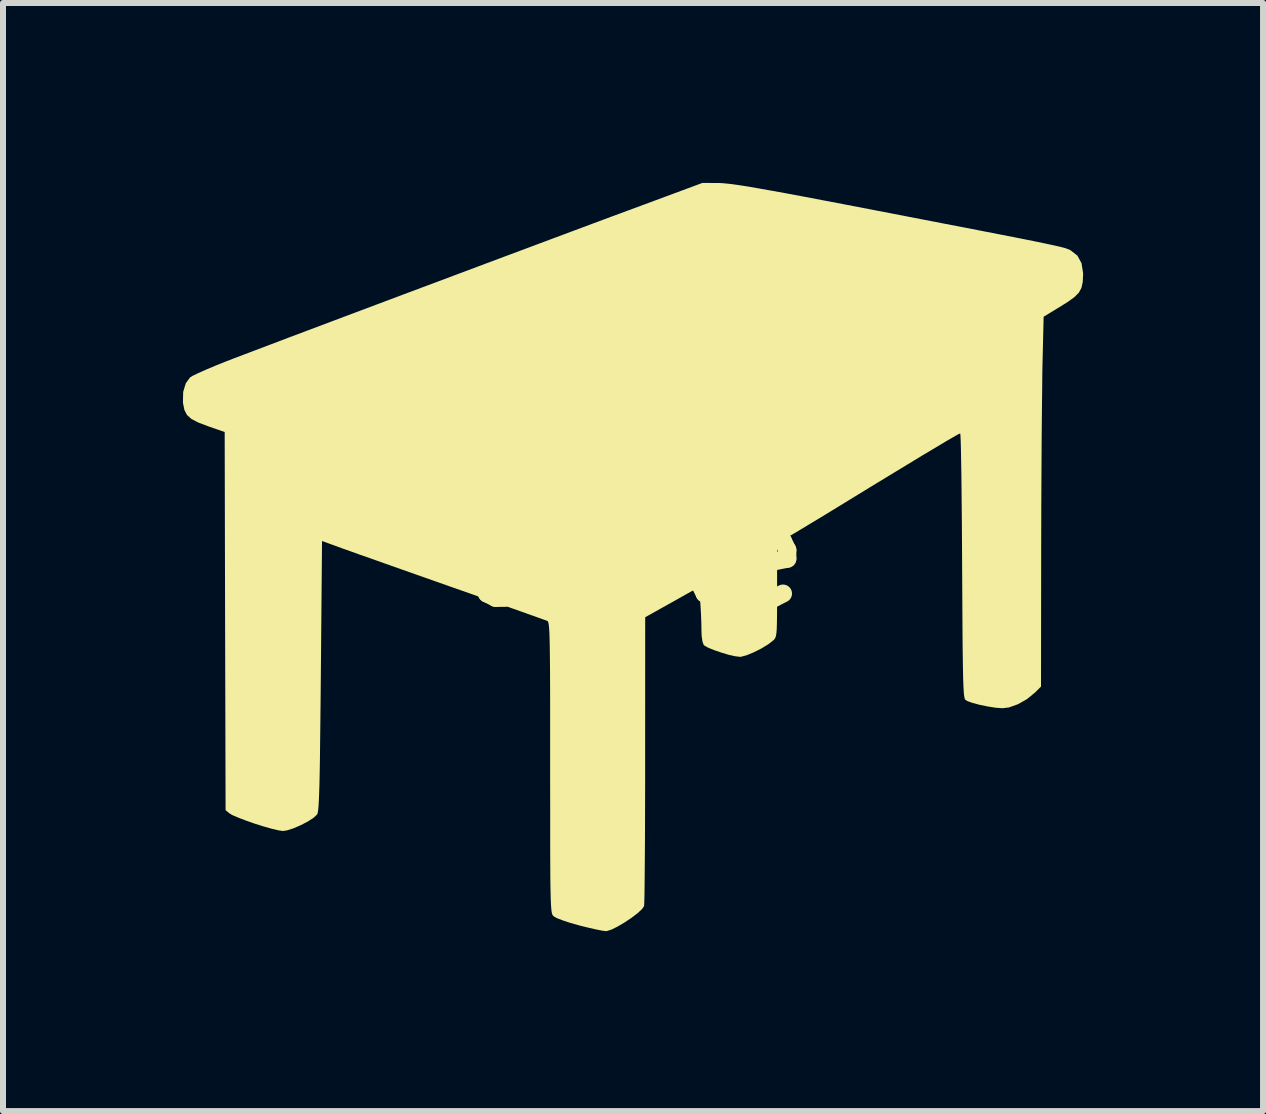
<source format=kicad_pcb>
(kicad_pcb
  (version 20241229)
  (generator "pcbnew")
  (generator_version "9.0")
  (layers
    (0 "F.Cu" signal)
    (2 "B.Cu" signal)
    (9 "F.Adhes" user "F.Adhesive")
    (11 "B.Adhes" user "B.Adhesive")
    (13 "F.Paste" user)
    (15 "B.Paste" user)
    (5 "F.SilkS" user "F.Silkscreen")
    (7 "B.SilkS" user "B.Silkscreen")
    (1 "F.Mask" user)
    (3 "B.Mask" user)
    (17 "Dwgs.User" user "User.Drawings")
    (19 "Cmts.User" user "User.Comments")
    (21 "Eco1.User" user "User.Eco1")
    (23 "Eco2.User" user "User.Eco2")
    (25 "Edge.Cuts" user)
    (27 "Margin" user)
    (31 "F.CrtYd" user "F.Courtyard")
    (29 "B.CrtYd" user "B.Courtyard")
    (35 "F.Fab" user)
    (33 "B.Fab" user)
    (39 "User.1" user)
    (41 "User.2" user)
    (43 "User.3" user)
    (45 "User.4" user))
  (footprint "table"
    (layer "F.Cu")
    (at 7.501 6.229)
    (property "Reference" "table" (at 0 0 0) (layer "F.SilkS") (effects (font (size 1.524 1.524) (thickness 0.3))))
    (attr board_only exclude_from_pos_files exclude_from_bom)
    (fp_poly (pts (xy 1.423 -6.228) (xy 1.484 -6.226) (xy 1.559 -6.219) (xy 1.653 -6.209) (xy 1.77 -6.192) (xy 1.913 -6.17) (xy 2.087 -6.14) (xy 2.295 -6.103) (xy 2.543 -6.058) (xy 2.833 -6.004) (xy 3.169 -5.94) (xy 3.557 -5.866) (xy 3.842 -5.811) (xy 4.351 -5.713) (xy 4.805 -5.625) (xy 5.208 -5.547) (xy 5.563 -5.479) (xy 5.874 -5.418) (xy 6.142 -5.366) (xy 6.373 -5.321) (xy 6.568 -5.282) (xy 6.731 -5.249) (xy 6.866 -5.221) (xy 6.975 -5.198) (xy 7.061 -5.179) (xy 7.129 -5.163) (xy 7.18 -5.15) (xy 7.219 -5.139) (xy 7.248 -5.128) (xy 7.271 -5.119) (xy 7.291 -5.11) (xy 7.299 -5.105) (xy 7.412 -5.017) (xy 7.481 -4.89) (xy 7.507 -4.725) (xy 7.507 -4.703) (xy 7.501 -4.578) (xy 7.48 -4.481) (xy 7.437 -4.401) (xy 7.364 -4.327) (xy 7.252 -4.246) (xy 7.142 -4.177) (xy 6.849 -3.998) (xy 6.83 -3.209) (xy 6.827 -3.049) (xy 6.825 -2.837) (xy 6.822 -2.58) (xy 6.819 -2.284) (xy 6.816 -1.956) (xy 6.814 -1.604) (xy 6.812 -1.233) (xy 6.81 -0.851) (xy 6.809 -0.463) (xy 6.808 -0.126) (xy 6.805 2.168) (xy 6.708 2.265) (xy 6.573 2.376) (xy 6.421 2.462) (xy 6.271 2.516) (xy 6.161 2.529) (xy 6.046 2.52) (xy 5.914 2.499) (xy 5.782 2.472) (xy 5.665 2.441) (xy 5.578 2.41) (xy 5.543 2.388) (xy 5.535 2.374) (xy 5.528 2.346) (xy 5.521 2.302) (xy 5.516 2.236) (xy 5.511 2.146) (xy 5.507 2.026) (xy 5.504 1.875) (xy 5.501 1.687) (xy 5.498 1.459) (xy 5.496 1.187) (xy 5.494 0.867) (xy 5.492 0.496) (xy 5.49 0.146) (xy 5.488 -0.208) (xy 5.486 -0.544) (xy 5.483 -0.857) (xy 5.48 -1.144) (xy 5.477 -1.4) (xy 5.473 -1.62) (xy 5.47 -1.8) (xy 5.466 -1.935) (xy 5.462 -2.021) (xy 5.458 -2.053) (xy 5.458 -2.053) (xy 5.425 -2.038) (xy 5.345 -1.993) (xy 5.218 -1.919) (xy 5.048 -1.817) (xy 4.834 -1.69) (xy 4.581 -1.536) (xy 4.289 -1.359) (xy 3.96 -1.159) (xy 3.596 -0.936) (xy 3.52 -0.889) (xy 3.323 -0.769) (xy 3.133 -0.653) (xy 2.957 -0.547) (xy 2.805 -0.455) (xy 2.684 -0.383) (xy 2.605 -0.337) (xy 2.603 -0.336) (xy 2.405 -0.222) (xy 2.405 0.558) (xy 2.405 0.792) (xy 2.404 0.975) (xy 2.402 1.113) (xy 2.399 1.214) (xy 2.393 1.284) (xy 2.384 1.331) (xy 2.372 1.362) (xy 2.356 1.384) (xy 2.339 1.4) (xy 2.253 1.466) (xy 2.139 1.535) (xy 2.015 1.597) (xy 1.899 1.645) (xy 1.808 1.67) (xy 1.787 1.672) (xy 1.704 1.662) (xy 1.594 1.637) (xy 1.471 1.6) (xy 1.352 1.559) (xy 1.253 1.518) (xy 1.19 1.482) (xy 1.181 1.472) (xy 1.161 1.418) (xy 1.147 1.323) (xy 1.144 1.231) (xy 1.142 1.106) (xy 1.136 0.952) (xy 1.127 0.798) (xy 1.125 0.771) (xy 1.106 0.507) (xy 0.656 0.76) (xy 0.206 1.012) (xy 0.205 3.388) (xy 0.205 3.757) (xy 0.204 4.111) (xy 0.203 4.443) (xy 0.202 4.751) (xy 0.2 5.03) (xy 0.198 5.274) (xy 0.196 5.479) (xy 0.194 5.641) (xy 0.191 5.756) (xy 0.188 5.818) (xy 0.187 5.828) (xy 0.152 5.879) (xy 0.077 5.948) (xy -0.024 6.025) (xy -0.139 6.101) (xy -0.254 6.169) (xy -0.357 6.22) (xy -0.434 6.244) (xy -0.449 6.245) (xy -0.513 6.237) (xy -0.619 6.216) (xy -0.753 6.185) (xy -0.899 6.149) (xy -0.9 6.148) (xy -1.043 6.108) (xy -1.169 6.066) (xy -1.265 6.029) (xy -1.317 6) (xy -1.318 5.999) (xy -1.329 5.989) (xy -1.339 5.975) (xy -1.347 5.955) (xy -1.354 5.924) (xy -1.359 5.879) (xy -1.364 5.816) (xy -1.368 5.731) (xy -1.371 5.62) (xy -1.374 5.479) (xy -1.376 5.305) (xy -1.377 5.094) (xy -1.378 4.842) (xy -1.378 4.545) (xy -1.378 4.2) (xy -1.379 3.802) (xy -1.379 3.518) (xy -1.379 3.084) (xy -1.379 2.704) (xy -1.379 2.376) (xy -1.38 2.095) (xy -1.381 1.858) (xy -1.383 1.661) (xy -1.385 1.5) (xy -1.388 1.372) (xy -1.391 1.272) (xy -1.396 1.198) (xy -1.401 1.144) (xy -1.407 1.109) (xy -1.414 1.087) (xy -1.422 1.075) (xy -1.43 1.071) (xy -1.467 1.058) (xy -1.553 1.027) (xy -1.685 0.98) (xy -1.856 0.919) (xy -2.062 0.846) (xy -2.297 0.763) (xy -2.557 0.672) (xy -2.835 0.574) (xy -3.006 0.514) (xy -3.304 0.409) (xy -3.594 0.307) (xy -3.871 0.209) (xy -4.128 0.118) (xy -4.359 0.036) (xy -4.556 -0.033) (xy -4.714 -0.09) (xy -4.825 -0.129) (xy -4.857 -0.141) (xy -5.182 -0.259) (xy -5.202 1.989) (xy -5.206 2.415) (xy -5.21 2.786) (xy -5.214 3.106) (xy -5.217 3.378) (xy -5.221 3.607) (xy -5.225 3.796) (xy -5.23 3.948) (xy -5.235 4.067) (xy -5.24 4.158) (xy -5.246 4.224) (xy -5.253 4.268) (xy -5.261 4.294) (xy -5.265 4.301) (xy -5.321 4.354) (xy -5.416 4.416) (xy -5.533 4.477) (xy -5.655 4.53) (xy -5.764 4.565) (xy -5.833 4.576) (xy -5.908 4.565) (xy -6.021 4.538) (xy -6.159 4.499) (xy -6.308 4.452) (xy -6.453 4.401) (xy -6.581 4.352) (xy -6.678 4.31) (xy -6.724 4.283) (xy -6.79 4.229) (xy -6.798 1.076) (xy -6.805 -2.076) (xy -7.089 -2.175) (xy -7.249 -2.236) (xy -7.361 -2.295) (xy -7.434 -2.361) (xy -7.476 -2.442) (xy -7.498 -2.548) (xy -7.501 -2.575) (xy -7.497 -2.745) (xy -7.453 -2.89) (xy -7.382 -2.987) (xy -7.336 -3.015) (xy -7.244 -3.059) (xy -7.114 -3.117) (xy -6.955 -3.184) (xy -6.775 -3.256) (xy -6.657 -3.302) (xy -6.496 -3.363) (xy -6.285 -3.443) (xy -6.029 -3.54) (xy -5.734 -3.652) (xy -5.404 -3.776) (xy -5.046 -3.911) (xy -4.663 -4.055) (xy -4.261 -4.206) (xy -3.846 -4.362) (xy -3.421 -4.521) (xy -2.994 -4.681) (xy -2.568 -4.841) (xy -2.148 -4.998) (xy -1.741 -5.15) (xy -1.351 -5.296) (xy -0.982 -5.434) (xy -0.642 -5.561) (xy -0.333 -5.676) (xy -0.073 -5.772) (xy 1.159 -6.229)) (stroke (width 0) (type solid)) (fill yes) (layer "F.SilkS")))
  (gr_rect
    (start -3 -3)
    (end 18.008 15.474)
    (stroke (width 0.1) (type default))
    (fill no)
    (layer "Edge.Cuts")))
</source>
